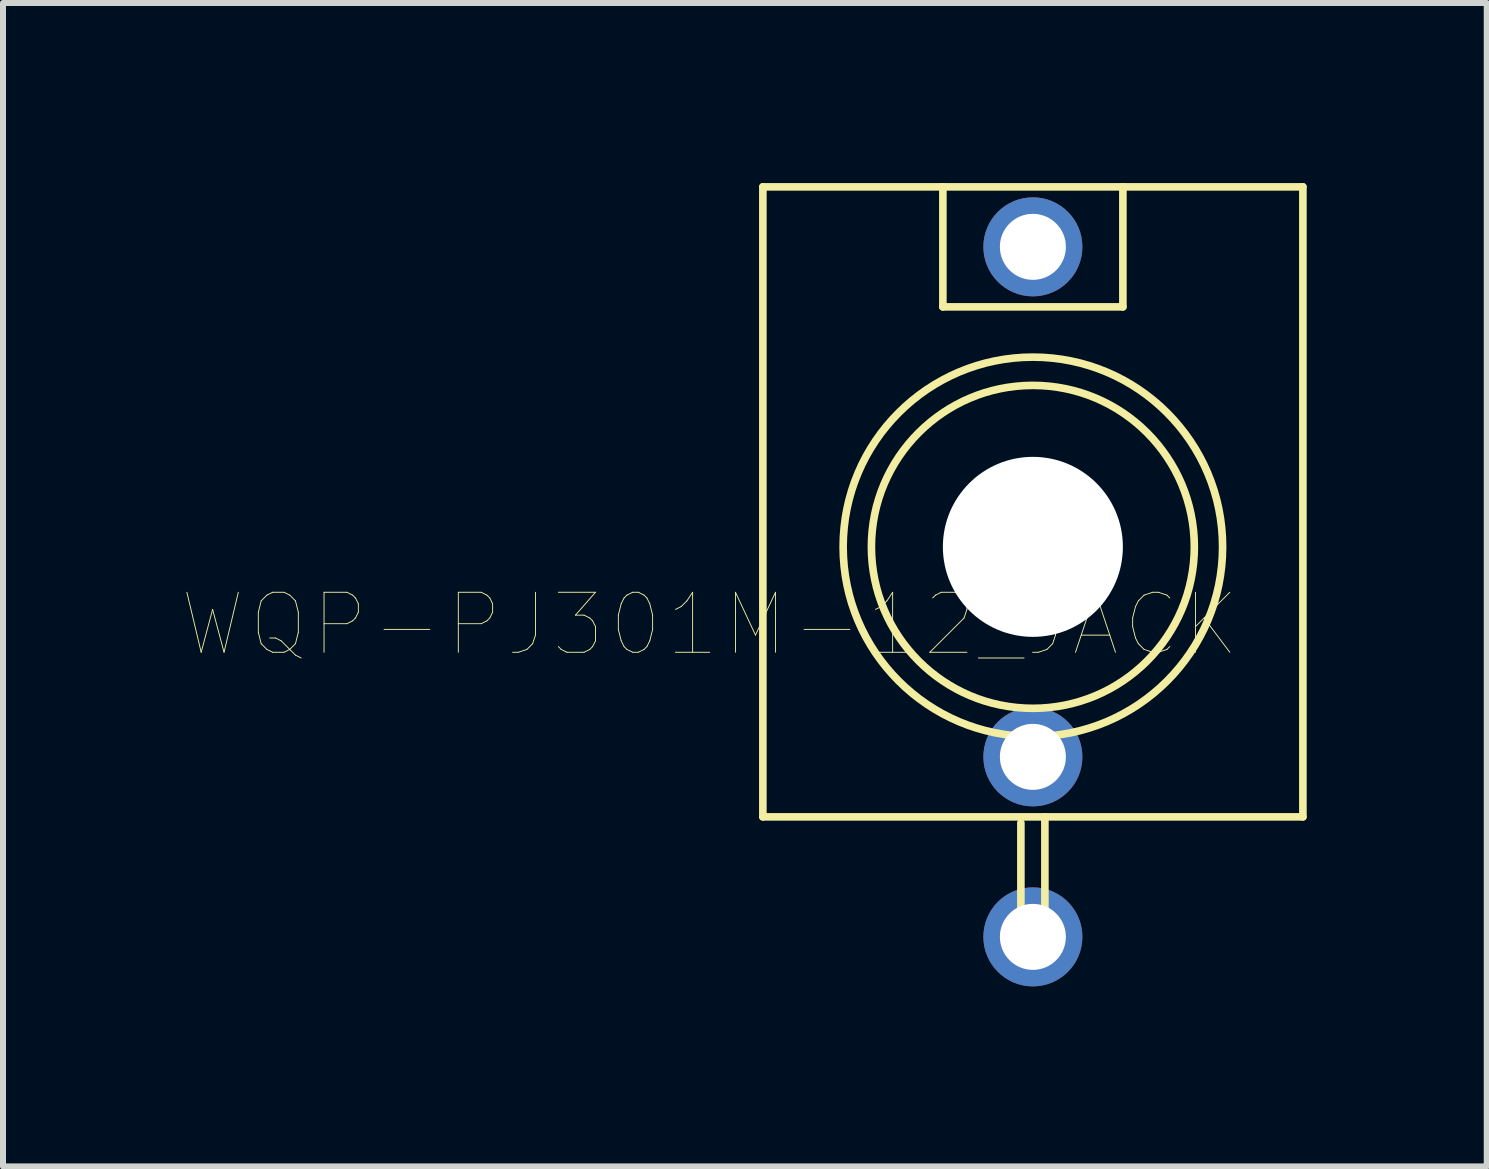
<source format=kicad_pcb>
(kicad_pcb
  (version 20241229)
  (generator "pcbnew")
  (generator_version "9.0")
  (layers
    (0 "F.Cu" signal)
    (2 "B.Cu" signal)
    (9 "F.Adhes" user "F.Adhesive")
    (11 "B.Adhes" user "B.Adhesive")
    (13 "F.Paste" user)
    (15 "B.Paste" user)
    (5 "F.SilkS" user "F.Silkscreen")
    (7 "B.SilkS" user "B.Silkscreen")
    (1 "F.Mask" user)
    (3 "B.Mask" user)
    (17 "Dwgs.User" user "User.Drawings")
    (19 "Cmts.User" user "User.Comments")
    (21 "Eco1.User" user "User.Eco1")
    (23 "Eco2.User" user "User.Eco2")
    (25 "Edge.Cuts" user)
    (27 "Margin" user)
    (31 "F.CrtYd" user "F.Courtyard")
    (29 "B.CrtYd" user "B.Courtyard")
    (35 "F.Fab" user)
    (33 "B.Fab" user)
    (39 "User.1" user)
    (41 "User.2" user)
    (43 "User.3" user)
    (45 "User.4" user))
  (footprint "WQP-PJ301M-12_JACK"
    (layer "F.Cu")
    (at 14.164 6.064)
    (property "Reference" "WQP-PJ301M-12_JACK" (at -5.385 1.295 0) (layer "F.SilkS") (effects (font (size 1 1) (thickness 0.015))))
    (attr through_hole)
    (fp_line (start -4.5 -6) (end -4.5 4.5) (stroke (width 0.127) (type solid)) (layer "F.SilkS"))
    (fp_line (start -4.5 -6) (end -1.5 -6) (stroke (width 0.127) (type solid)) (layer "F.SilkS"))
    (fp_line (start -4.5 4.5) (end 0.2 4.5) (stroke (width 0.127) (type solid)) (layer "F.SilkS"))
    (fp_line (start -1.5 -6) (end -1.5 -4) (stroke (width 0.127) (type solid)) (layer "F.SilkS"))
    (fp_line (start -1.5 -6) (end 1.5 -6) (stroke (width 0.127) (type solid)) (layer "F.SilkS"))
    (fp_line (start -1.5 -4) (end 1.5 -4) (stroke (width 0.127) (type solid)) (layer "F.SilkS"))
    (fp_line (start -0.2 4.6) (end -0.2 6.7) (stroke (width 0.127) (type solid)) (layer "F.SilkS"))
    (fp_line (start -0.2 6.7) (end 0.2 6.7) (stroke (width 0.127) (type solid)) (layer "F.SilkS"))
    (fp_line (start 0.2 4.5) (end 4.5 4.5) (stroke (width 0.127) (type solid)) (layer "F.SilkS"))
    (fp_line (start 0.2 6.7) (end 0.2 4.5) (stroke (width 0.127) (type solid)) (layer "F.SilkS"))
    (fp_line (start 1.5 -6) (end 4.5 -6) (stroke (width 0.127) (type solid)) (layer "F.SilkS"))
    (fp_line (start 1.5 -4) (end 1.5 -6) (stroke (width 0.127) (type solid)) (layer "F.SilkS"))
    (fp_line (start 4.5 4.5) (end 4.5 -6) (stroke (width 0.127) (type solid)) (layer "F.SilkS"))
    (fp_circle (center 0 0) (end 2.691 0) (stroke (width 0.127) (type solid)) (fill no) (layer "F.SilkS"))
    (fp_circle (center 0 0) (end 3.162 0) (stroke (width 0.127) (type solid)) (fill no) (layer "F.SilkS"))
    (pad "" np_thru_hole circle (at 0 0) (size 3 3) (drill 3) (layers "*.Cu" "*.Mask"))
    (pad "S" thru_hole circle (at 0 6.5) (size 1.65 1.65) (drill 1.1) (layers "*.Cu" "*.Mask"))
    (pad "T" thru_hole circle (at 0 -5) (size 1.65 1.65) (drill 1.1) (layers "*.Cu" "*.Mask"))
    (pad "TN" thru_hole circle (at 0 3.5) (size 1.65 1.65) (drill 1.1) (layers "*.Cu" "*.Mask")))
  (gr_rect
    (start -3 -3)
    (end 21.728 16.389)
    (stroke (width 0.1) (type default))
    (fill no)
    (layer "Edge.Cuts")))
</source>
